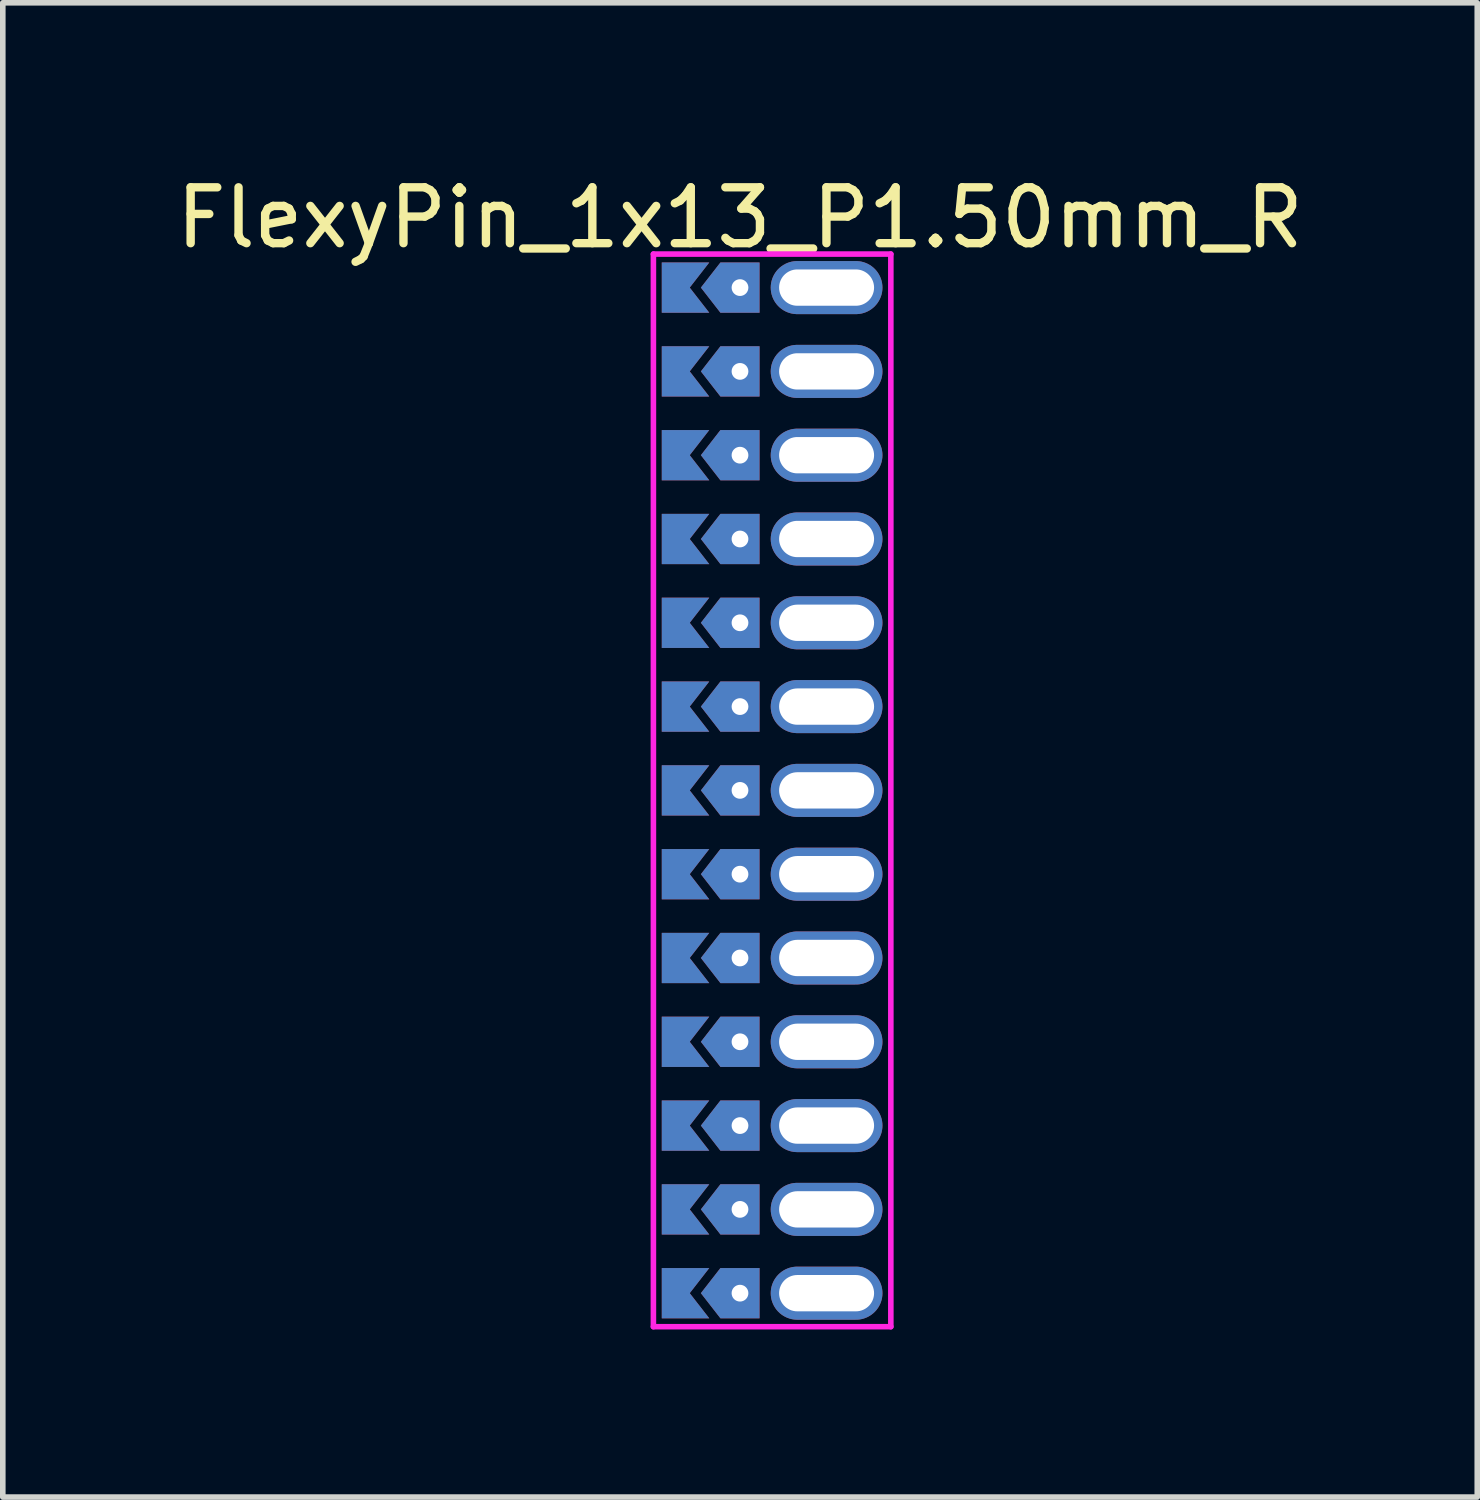
<source format=kicad_pcb>
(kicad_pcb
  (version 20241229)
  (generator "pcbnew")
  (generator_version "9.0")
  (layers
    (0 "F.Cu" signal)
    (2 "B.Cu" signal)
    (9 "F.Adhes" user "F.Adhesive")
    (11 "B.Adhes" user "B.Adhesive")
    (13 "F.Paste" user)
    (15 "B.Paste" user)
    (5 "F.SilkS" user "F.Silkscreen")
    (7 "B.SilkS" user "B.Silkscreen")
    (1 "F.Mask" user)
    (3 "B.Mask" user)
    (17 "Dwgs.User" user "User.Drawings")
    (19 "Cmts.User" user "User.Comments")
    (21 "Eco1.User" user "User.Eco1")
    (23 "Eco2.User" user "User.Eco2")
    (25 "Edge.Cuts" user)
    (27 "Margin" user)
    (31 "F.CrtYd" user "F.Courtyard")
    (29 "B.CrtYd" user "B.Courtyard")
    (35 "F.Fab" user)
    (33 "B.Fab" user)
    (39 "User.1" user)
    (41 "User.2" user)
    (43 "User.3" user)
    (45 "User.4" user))
  (footprint "FlexyPin_1x13_P1.50mm_R"
    (layer "F.Cu")
    (at 10.196 2.098)
    (property "Reference" "FlexyPin_1x13_P1.50mm_R" (at 0 -1.25 0) (layer "F.SilkS") (effects (font (size 1 1) (thickness 0.15))))
    (attr through_hole)
    (fp_line (start -1.55 -0.6) (end 2.7 -0.6) (stroke (width 0.1) (type solid)) (layer "F.CrtYd"))
    (fp_line (start -1.55 18.6) (end -1.55 -0.6) (stroke (width 0.1) (type solid)) (layer "F.CrtYd"))
    (fp_line (start 2.7 -0.6) (end 2.7 18.6) (stroke (width 0.1) (type solid)) (layer "F.CrtYd"))
    (fp_line (start 2.7 18.6) (end -1.55 18.6) (stroke (width 0.1) (type solid)) (layer "F.CrtYd"))
    (pad "" thru_hole custom (at 0 0) (size 0.3 0.3) (drill 0.6) (layers "*.Cu" "*.Mask") (options (anchor rect)) (primitives (gr_poly (pts (xy 0.35 0.45) (xy 0.35 -0.45) (xy -0.35 -0.45) (xy -0.7 0) (xy -0.35 0.45)) (width 0) (fill yes))))
    (pad "" thru_hole custom (at 0 1.5) (size 0.3 0.3) (drill 0.6) (layers "*.Cu" "*.Mask") (options (anchor rect)) (primitives (gr_poly (pts (xy 0.35 0.45) (xy 0.35 -0.45) (xy -0.35 -0.45) (xy -0.7 0) (xy -0.35 0.45)) (width 0) (fill yes))))
    (pad "" thru_hole custom (at 0 3) (size 0.3 0.3) (drill 0.6) (layers "*.Cu" "*.Mask") (options (anchor rect)) (primitives (gr_poly (pts (xy 0.35 0.45) (xy 0.35 -0.45) (xy -0.35 -0.45) (xy -0.7 0) (xy -0.35 0.45)) (width 0) (fill yes))))
    (pad "" thru_hole custom (at 0 4.5) (size 0.3 0.3) (drill 0.6) (layers "*.Cu" "*.Mask") (options (anchor rect)) (primitives (gr_poly (pts (xy 0.35 0.45) (xy 0.35 -0.45) (xy -0.35 -0.45) (xy -0.7 0) (xy -0.35 0.45)) (width 0) (fill yes))))
    (pad "" thru_hole custom (at 0 6) (size 0.3 0.3) (drill 0.6) (layers "*.Cu" "*.Mask") (options (anchor rect)) (primitives (gr_poly (pts (xy 0.35 0.45) (xy 0.35 -0.45) (xy -0.35 -0.45) (xy -0.7 0) (xy -0.35 0.45)) (width 0) (fill yes))))
    (pad "" thru_hole custom (at 0 7.5) (size 0.3 0.3) (drill 0.6) (layers "*.Cu" "*.Mask") (options (anchor rect)) (primitives (gr_poly (pts (xy 0.35 0.45) (xy 0.35 -0.45) (xy -0.35 -0.45) (xy -0.7 0) (xy -0.35 0.45)) (width 0) (fill yes))))
    (pad "" thru_hole custom (at 0 9) (size 0.3 0.3) (drill 0.6) (layers "*.Cu" "*.Mask") (options (anchor rect)) (primitives (gr_poly (pts (xy 0.35 0.45) (xy 0.35 -0.45) (xy -0.35 -0.45) (xy -0.7 0) (xy -0.35 0.45)) (width 0) (fill yes))))
    (pad "" thru_hole custom (at 0 10.5) (size 0.3 0.3) (drill 0.6) (layers "*.Cu" "*.Mask") (options (anchor rect)) (primitives (gr_poly (pts (xy 0.35 0.45) (xy 0.35 -0.45) (xy -0.35 -0.45) (xy -0.7 0) (xy -0.35 0.45)) (width 0) (fill yes))))
    (pad "" thru_hole custom (at 0 12) (size 0.3 0.3) (drill 0.6) (layers "*.Cu" "*.Mask") (options (anchor rect)) (primitives (gr_poly (pts (xy 0.35 0.45) (xy 0.35 -0.45) (xy -0.35 -0.45) (xy -0.7 0) (xy -0.35 0.45)) (width 0) (fill yes))))
    (pad "" thru_hole custom (at 0 13.5) (size 0.3 0.3) (drill 0.6) (layers "*.Cu" "*.Mask") (options (anchor rect)) (primitives (gr_poly (pts (xy 0.35 0.45) (xy 0.35 -0.45) (xy -0.35 -0.45) (xy -0.7 0) (xy -0.35 0.45)) (width 0) (fill yes))))
    (pad "" thru_hole custom (at 0 15) (size 0.3 0.3) (drill 0.6) (layers "*.Cu" "*.Mask") (options (anchor rect)) (primitives (gr_poly (pts (xy 0.35 0.45) (xy 0.35 -0.45) (xy -0.35 -0.45) (xy -0.7 0) (xy -0.35 0.45)) (width 0) (fill yes))))
    (pad "" thru_hole custom (at 0 16.5) (size 0.3 0.3) (drill 0.6) (layers "*.Cu" "*.Mask") (options (anchor rect)) (primitives (gr_poly (pts (xy 0.35 0.45) (xy 0.35 -0.45) (xy -0.35 -0.45) (xy -0.7 0) (xy -0.35 0.45)) (width 0) (fill yes))))
    (pad "" thru_hole custom (at 0 18) (size 0.3 0.3) (drill 0.6) (layers "*.Cu" "*.Mask") (options (anchor rect)) (primitives (gr_poly (pts (xy 0.35 0.45) (xy 0.35 -0.45) (xy -0.35 -0.45) (xy -0.7 0) (xy -0.35 0.45)) (width 0) (fill yes))))
    (pad "" thru_hole oval (at 1.55 0) (size 2 0.95) (drill oval 1.7 0.65) (layers "*.Cu" "*.Mask"))
    (pad "" thru_hole oval (at 1.55 1.5) (size 2 0.95) (drill oval 1.7 0.65) (layers "*.Cu" "*.Mask"))
    (pad "" thru_hole oval (at 1.55 3) (size 2 0.95) (drill oval 1.7 0.65) (layers "*.Cu" "*.Mask"))
    (pad "" thru_hole oval (at 1.55 4.5) (size 2 0.95) (drill oval 1.7 0.65) (layers "*.Cu" "*.Mask"))
    (pad "" thru_hole oval (at 1.55 6) (size 2 0.95) (drill oval 1.7 0.65) (layers "*.Cu" "*.Mask"))
    (pad "" thru_hole oval (at 1.55 7.5) (size 2 0.95) (drill oval 1.7 0.65) (layers "*.Cu" "*.Mask"))
    (pad "" thru_hole oval (at 1.55 9) (size 2 0.95) (drill oval 1.7 0.65) (layers "*.Cu" "*.Mask"))
    (pad "" thru_hole oval (at 1.55 10.5) (size 2 0.95) (drill oval 1.7 0.65) (layers "*.Cu" "*.Mask"))
    (pad "" thru_hole oval (at 1.55 12) (size 2 0.95) (drill oval 1.7 0.65) (layers "*.Cu" "*.Mask"))
    (pad "" thru_hole oval (at 1.55 13.5) (size 2 0.95) (drill oval 1.7 0.65) (layers "*.Cu" "*.Mask"))
    (pad "" thru_hole oval (at 1.55 15) (size 2 0.95) (drill oval 1.7 0.65) (layers "*.Cu" "*.Mask"))
    (pad "" thru_hole oval (at 1.55 16.5) (size 2 0.95) (drill oval 1.7 0.65) (layers "*.Cu" "*.Mask"))
    (pad "" thru_hole oval (at 1.55 18) (size 2 0.95) (drill oval 1.7 0.65) (layers "*.Cu" "*.Mask"))
    (pad "1" smd custom (at -0.9 0) (size 0.01 0.01) (layers "F.Cu" "F.Mask") (options (anchor rect)) (primitives (gr_poly (pts (xy 0 0) (xy 0.35 0.45) (xy -0.5 0.45) (xy -0.5 -0.45) (xy 0.35 -0.45)) (width 0) (fill yes))))
    (pad "1" smd custom (at -0.9 1.5) (size 0.01 0.01) (layers "F.Cu" "F.Mask") (options (anchor rect)) (primitives (gr_poly (pts (xy 0 0) (xy 0.35 0.45) (xy -0.5 0.45) (xy -0.5 -0.45) (xy 0.35 -0.45)) (width 0) (fill yes))))
    (pad "1" smd custom (at -0.9 3) (size 0.01 0.01) (layers "F.Cu" "F.Mask") (options (anchor rect)) (primitives (gr_poly (pts (xy 0 0) (xy 0.35 0.45) (xy -0.5 0.45) (xy -0.5 -0.45) (xy 0.35 -0.45)) (width 0) (fill yes))))
    (pad "1" smd custom (at -0.9 4.5) (size 0.01 0.01) (layers "F.Cu" "F.Mask") (options (anchor rect)) (primitives (gr_poly (pts (xy 0 0) (xy 0.35 0.45) (xy -0.5 0.45) (xy -0.5 -0.45) (xy 0.35 -0.45)) (width 0) (fill yes))))
    (pad "1" smd custom (at -0.9 6) (size 0.01 0.01) (layers "F.Cu" "F.Mask") (options (anchor rect)) (primitives (gr_poly (pts (xy 0 0) (xy 0.35 0.45) (xy -0.5 0.45) (xy -0.5 -0.45) (xy 0.35 -0.45)) (width 0) (fill yes))))
    (pad "1" smd custom (at -0.9 7.5) (size 0.01 0.01) (layers "F.Cu" "F.Mask") (options (anchor rect)) (primitives (gr_poly (pts (xy 0 0) (xy 0.35 0.45) (xy -0.5 0.45) (xy -0.5 -0.45) (xy 0.35 -0.45)) (width 0) (fill yes))))
    (pad "1" smd custom (at -0.9 9) (size 0.01 0.01) (layers "F.Cu" "F.Mask") (options (anchor rect)) (primitives (gr_poly (pts (xy 0 0) (xy 0.35 0.45) (xy -0.5 0.45) (xy -0.5 -0.45) (xy 0.35 -0.45)) (width 0) (fill yes))))
    (pad "1" smd custom (at -0.9 10.5) (size 0.01 0.01) (layers "F.Cu" "F.Mask") (options (anchor rect)) (primitives (gr_poly (pts (xy 0 0) (xy 0.35 0.45) (xy -0.5 0.45) (xy -0.5 -0.45) (xy 0.35 -0.45)) (width 0) (fill yes))))
    (pad "1" smd custom (at -0.9 12) (size 0.01 0.01) (layers "F.Cu" "F.Mask") (options (anchor rect)) (primitives (gr_poly (pts (xy 0 0) (xy 0.35 0.45) (xy -0.5 0.45) (xy -0.5 -0.45) (xy 0.35 -0.45)) (width 0) (fill yes))))
    (pad "1" smd custom (at -0.9 13.5) (size 0.01 0.01) (layers "F.Cu" "F.Mask") (options (anchor rect)) (primitives (gr_poly (pts (xy 0 0) (xy 0.35 0.45) (xy -0.5 0.45) (xy -0.5 -0.45) (xy 0.35 -0.45)) (width 0) (fill yes))))
    (pad "1" smd custom (at -0.9 15) (size 0.01 0.01) (layers "F.Cu" "F.Mask") (options (anchor rect)) (primitives (gr_poly (pts (xy 0 0) (xy 0.35 0.45) (xy -0.5 0.45) (xy -0.5 -0.45) (xy 0.35 -0.45)) (width 0) (fill yes))))
    (pad "1" smd custom (at -0.9 16.5) (size 0.01 0.01) (layers "F.Cu" "F.Mask") (options (anchor rect)) (primitives (gr_poly (pts (xy 0 0) (xy 0.35 0.45) (xy -0.5 0.45) (xy -0.5 -0.45) (xy 0.35 -0.45)) (width 0) (fill yes))))
    (pad "1" smd custom (at -0.9 18) (size 0.01 0.01) (layers "F.Cu" "F.Mask") (options (anchor rect)) (primitives (gr_poly (pts (xy 0 0) (xy 0.35 0.45) (xy -0.5 0.45) (xy -0.5 -0.45) (xy 0.35 -0.45)) (width 0) (fill yes))))
    (pad "2" smd custom (at -0.9 0) (size 0.01 0.01) (layers "B.Cu" "B.Mask") (options (anchor rect)) (primitives (gr_poly (pts (xy 0 0) (xy 0.35 0.45) (xy -0.5 0.45) (xy -0.5 -0.45) (xy 0.35 -0.45)) (width 0) (fill yes))))
    (pad "2" smd custom (at -0.9 1.5) (size 0.01 0.01) (layers "B.Cu" "B.Mask") (options (anchor rect)) (primitives (gr_poly (pts (xy 0 0) (xy 0.35 0.45) (xy -0.5 0.45) (xy -0.5 -0.45) (xy 0.35 -0.45)) (width 0) (fill yes))))
    (pad "2" smd custom (at -0.9 3) (size 0.01 0.01) (layers "B.Cu" "B.Mask") (options (anchor rect)) (primitives (gr_poly (pts (xy 0 0) (xy 0.35 0.45) (xy -0.5 0.45) (xy -0.5 -0.45) (xy 0.35 -0.45)) (width 0) (fill yes))))
    (pad "2" smd custom (at -0.9 4.5) (size 0.01 0.01) (layers "B.Cu" "B.Mask") (options (anchor rect)) (primitives (gr_poly (pts (xy 0 0) (xy 0.35 0.45) (xy -0.5 0.45) (xy -0.5 -0.45) (xy 0.35 -0.45)) (width 0) (fill yes))))
    (pad "2" smd custom (at -0.9 6) (size 0.01 0.01) (layers "B.Cu" "B.Mask") (options (anchor rect)) (primitives (gr_poly (pts (xy 0 0) (xy 0.35 0.45) (xy -0.5 0.45) (xy -0.5 -0.45) (xy 0.35 -0.45)) (width 0) (fill yes))))
    (pad "2" smd custom (at -0.9 7.5) (size 0.01 0.01) (layers "B.Cu" "B.Mask") (options (anchor rect)) (primitives (gr_poly (pts (xy 0 0) (xy 0.35 0.45) (xy -0.5 0.45) (xy -0.5 -0.45) (xy 0.35 -0.45)) (width 0) (fill yes))))
    (pad "2" smd custom (at -0.9 9) (size 0.01 0.01) (layers "B.Cu" "B.Mask") (options (anchor rect)) (primitives (gr_poly (pts (xy 0 0) (xy 0.35 0.45) (xy -0.5 0.45) (xy -0.5 -0.45) (xy 0.35 -0.45)) (width 0) (fill yes))))
    (pad "2" smd custom (at -0.9 10.5) (size 0.01 0.01) (layers "B.Cu" "B.Mask") (options (anchor rect)) (primitives (gr_poly (pts (xy 0 0) (xy 0.35 0.45) (xy -0.5 0.45) (xy -0.5 -0.45) (xy 0.35 -0.45)) (width 0) (fill yes))))
    (pad "2" smd custom (at -0.9 12) (size 0.01 0.01) (layers "B.Cu" "B.Mask") (options (anchor rect)) (primitives (gr_poly (pts (xy 0 0) (xy 0.35 0.45) (xy -0.5 0.45) (xy -0.5 -0.45) (xy 0.35 -0.45)) (width 0) (fill yes))))
    (pad "2" smd custom (at -0.9 13.5) (size 0.01 0.01) (layers "B.Cu" "B.Mask") (options (anchor rect)) (primitives (gr_poly (pts (xy 0 0) (xy 0.35 0.45) (xy -0.5 0.45) (xy -0.5 -0.45) (xy 0.35 -0.45)) (width 0) (fill yes))))
    (pad "2" smd custom (at -0.9 15) (size 0.01 0.01) (layers "B.Cu" "B.Mask") (options (anchor rect)) (primitives (gr_poly (pts (xy 0 0) (xy 0.35 0.45) (xy -0.5 0.45) (xy -0.5 -0.45) (xy 0.35 -0.45)) (width 0) (fill yes))))
    (pad "2" smd custom (at -0.9 16.5) (size 0.01 0.01) (layers "B.Cu" "B.Mask") (options (anchor rect)) (primitives (gr_poly (pts (xy 0 0) (xy 0.35 0.45) (xy -0.5 0.45) (xy -0.5 -0.45) (xy 0.35 -0.45)) (width 0) (fill yes))))
    (pad "2" smd custom (at -0.9 18) (size 0.01 0.01) (layers "B.Cu" "B.Mask") (options (anchor rect)) (primitives (gr_poly (pts (xy 0 0) (xy 0.35 0.45) (xy -0.5 0.45) (xy -0.5 -0.45) (xy 0.35 -0.45)) (width 0) (fill yes)))))
  (gr_rect
    (start -3 -3)
    (end 23.393 23.748)
    (stroke (width 0.1) (type default))
    (fill no)
    (layer "Edge.Cuts")))
</source>
